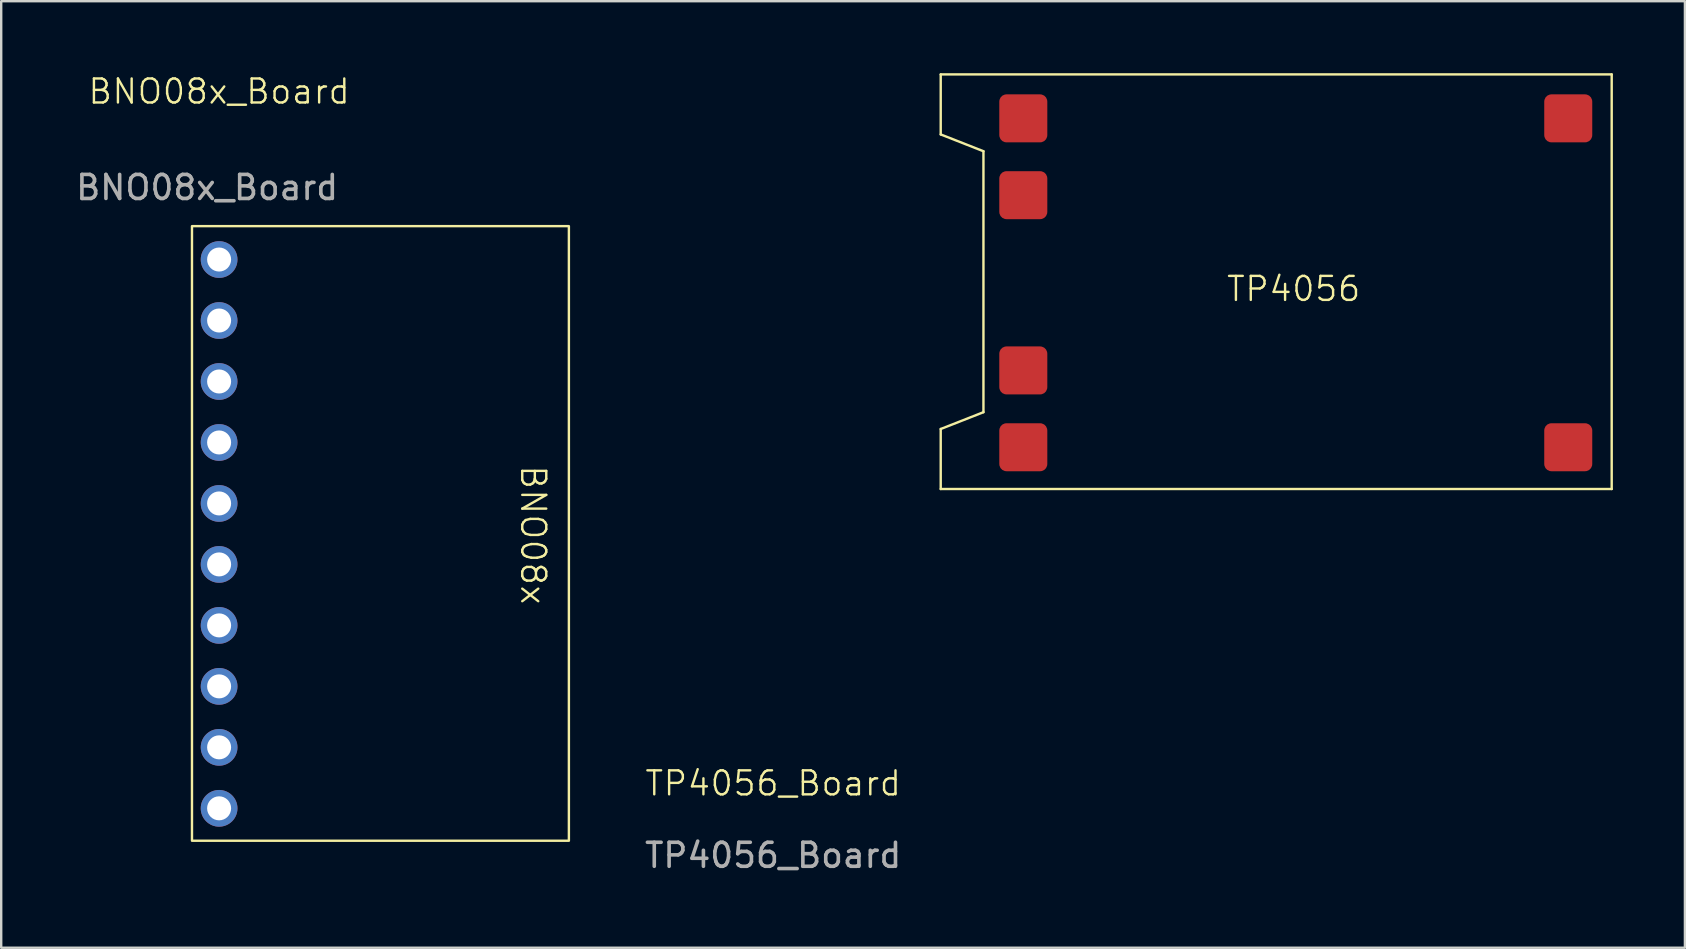
<source format=kicad_pcb>
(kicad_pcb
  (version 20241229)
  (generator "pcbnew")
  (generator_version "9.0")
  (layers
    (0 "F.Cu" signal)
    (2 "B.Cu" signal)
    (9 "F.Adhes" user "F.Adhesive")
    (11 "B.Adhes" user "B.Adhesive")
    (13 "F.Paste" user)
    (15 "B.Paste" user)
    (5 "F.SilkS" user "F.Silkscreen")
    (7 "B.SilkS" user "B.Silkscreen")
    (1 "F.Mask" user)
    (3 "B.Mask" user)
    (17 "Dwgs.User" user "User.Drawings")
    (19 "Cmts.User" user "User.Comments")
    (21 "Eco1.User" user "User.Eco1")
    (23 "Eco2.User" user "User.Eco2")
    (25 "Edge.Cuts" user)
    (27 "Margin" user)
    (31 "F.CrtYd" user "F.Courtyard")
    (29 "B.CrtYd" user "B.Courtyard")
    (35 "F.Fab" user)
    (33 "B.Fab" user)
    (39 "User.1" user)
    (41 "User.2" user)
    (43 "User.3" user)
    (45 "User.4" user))
  (footprint "BNO08x_Board"
    (layer "F.Cu")
    (at 6.077 7.761)
    (property "Reference" "BNO08x_Board" (at 0 -7 0) (unlocked yes) (layer "F.SilkS") (effects (font (size 1 1) (thickness 0.1))))
    (attr smd)
    (fp_rect (start -1.13 -1.39) (end 14.57 24.21) (stroke (width 0.1) (type solid)) (fill no) (layer "F.SilkS"))
    (fp_text user "BNO08x" (at 12.5 8.5 270) (unlocked yes) (layer "F.SilkS") (effects (font (size 1 1) (thickness 0.1)) (justify left bottom)))
    (fp_text user "${REFERENCE}" (at -0.5 -3 0) (unlocked yes) (layer "F.Fab") (effects (font (size 1 1) (thickness 0.15))))
    (pad "1" thru_hole circle (at 0 0) (size 1.53 1.53) (drill 1) (layers "*.Cu" "*.Mask"))
    (pad "2" thru_hole circle (at 0 2.54) (size 1.53 1.53) (drill 1) (layers "*.Cu" "*.Mask"))
    (pad "3" thru_hole circle (at 0 5.08) (size 1.53 1.53) (drill 1) (layers "*.Cu" "*.Mask"))
    (pad "4" thru_hole circle (at 0 7.62) (size 1.53 1.53) (drill 1) (layers "*.Cu" "*.Mask"))
    (pad "5" thru_hole circle (at 0 10.16) (size 1.53 1.53) (drill 1) (layers "*.Cu" "*.Mask"))
    (pad "6" thru_hole circle (at 0 12.7) (size 1.53 1.53) (drill 1) (layers "*.Cu" "*.Mask"))
    (pad "7" thru_hole circle (at 0 15.24) (size 1.53 1.53) (drill 1) (layers "*.Cu" "*.Mask"))
    (pad "8" thru_hole circle (at 0 17.78) (size 1.53 1.53) (drill 1) (layers "*.Cu" "*.Mask"))
    (pad "9" thru_hole circle (at 0 20.32) (size 1.53 1.53) (drill 1) (layers "*.Cu" "*.Mask"))
    (pad "10" thru_hole circle (at 0 22.86) (size 1.53 1.53) (drill 1) (layers "*.Cu" "*.Mask")))
  (footprint "TP4056_Board"
    (layer "F.Cu")
    (at 43.756 23.7)
    (property "Reference" "TP4056_Board" (at -14.6 5.88 0) (unlocked yes) (layer "F.SilkS") (effects (font (size 1 1) (thickness 0.1))))
    (attr smd)
    (fp_line (start -7.62 -23.65) (end -7.62 -21.15) (stroke (width 0.1) (type solid)) (layer "F.SilkS"))
    (fp_line (start -7.62 -23.65) (end 20.33 -23.65) (stroke (width 0.1) (type solid)) (layer "F.SilkS"))
    (fp_line (start -7.62 -21.15) (end -5.84 -20.45) (stroke (width 0.1) (type default)) (layer "F.SilkS"))
    (fp_line (start -7.62 -8.88) (end -7.62 -6.38) (stroke (width 0.1) (type solid)) (layer "F.SilkS"))
    (fp_line (start -7.62 -6.38) (end 20.33 -6.38) (stroke (width 0.1) (type solid)) (layer "F.SilkS"))
    (fp_line (start -5.84 -20.45) (end -5.84 -9.58) (stroke (width 0.1) (type default)) (layer "F.SilkS"))
    (fp_line (start -5.84 -9.58) (end -7.62 -8.88) (stroke (width 0.1) (type default)) (layer "F.SilkS"))
    (fp_line (start 20.33 -23.65) (end 20.33 -6.38) (stroke (width 0.1) (type solid)) (layer "F.SilkS"))
    (fp_text user "TP4056" (at 4.23 -14.13 0) (unlocked yes) (layer "F.SilkS") (effects (font (size 1 1) (thickness 0.1)) (justify left bottom)))
    (fp_text user "${REFERENCE}" (at -14.6 8.88 0) (unlocked yes) (layer "F.Fab") (effects (font (size 1 1) (thickness 0.15))))
    (pad "1" smd roundrect (at -4.18 -8.12) (size 2 2) (layers "F.Cu" "F.Mask" "F.Paste") (roundrect_rratio 0.15))
    (pad "2" smd roundrect (at -4.18 -11.32) (size 2 2) (layers "F.Cu" "F.Mask" "F.Paste") (roundrect_rratio 0.15))
    (pad "3" smd roundrect (at -4.18 -18.62) (size 2 2) (layers "F.Cu" "F.Mask" "F.Paste") (roundrect_rratio 0.15))
    (pad "4" smd roundrect (at -4.18 -21.82) (size 2 2) (layers "F.Cu" "F.Mask" "F.Paste") (roundrect_rratio 0.15))
    (pad "5" smd roundrect (at 18.52 -8.12) (size 2 2) (layers "F.Cu" "F.Mask" "F.Paste") (roundrect_rratio 0.15))
    (pad "6" smd roundrect (at 18.52 -21.82) (size 2 2) (layers "F.Cu" "F.Mask" "F.Paste") (roundrect_rratio 0.15)))
  (gr_rect
    (start -3 -3)
    (end 67.136 36.428)
    (stroke (width 0.1) (type default))
    (fill no)
    (layer "Edge.Cuts")))
</source>
